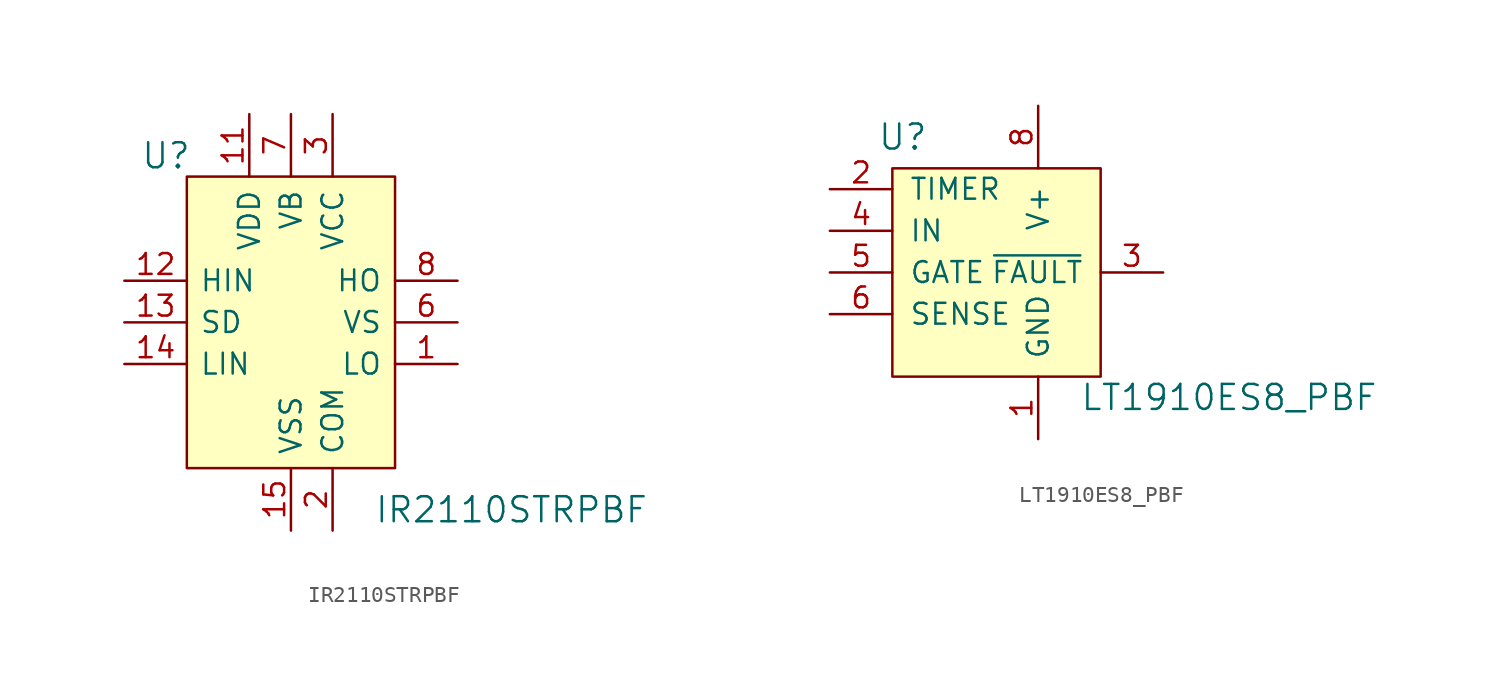
<source format=kicad_sym>
(kicad_symbol_lib
  (version 20220914)
  (generator kicad_symbol_editor)
  (symbol "IR2110STRPBF"
    (pin_names
      (offset 0.762))
    (property "Reference" "U"
      (at -7.62 10.16 0)
      (effects (font (size 1.524 1.524))))
    (property "Value" "IR2110STRPBF"
      (at 5.08 -11.43 0)
      (effects (font (size 1.524 1.524)) (justify left)))
    (symbol "IR2110STRPBF_0_1"
      (rectangle (start -6.35 8.89) (end 6.35 -8.89) (stroke (width 0) (type solid)) (fill (type background))))
    (symbol "IR2110STRPBF_1_1"
      (pin output line (at 10.16 -2.54 180) (length 3.81) (name "LO" (effects (font (size 1.27 1.27)))) (number "1" (effects (font (size 1.27 1.27)))))
      (pin no_connect line (at -6.35 -7.62 0) (length 3.81) hide (name "NC" (effects (font (size 1.27 1.27)))) (number "10" (effects (font (size 1.27 1.27)))))
      (pin power_in line (at -2.54 12.7 270) (length 3.81) (name "VDD" (effects (font (size 1.27 1.27)))) (number "11" (effects (font (size 1.27 1.27)))))
      (pin input line (at -10.16 2.54 0) (length 3.81) (name "HIN" (effects (font (size 1.27 1.27)))) (number "12" (effects (font (size 1.27 1.27)))))
      (pin input line (at -10.16 0 0) (length 3.81) (name "SD" (effects (font (size 1.27 1.27)))) (number "13" (effects (font (size 1.27 1.27)))))
      (pin input line (at -10.16 -2.54 0) (length 3.81) (name "LIN" (effects (font (size 1.27 1.27)))) (number "14" (effects (font (size 1.27 1.27)))))
      (pin power_in line (at 0 -12.7 90) (length 3.81) (name "VSS" (effects (font (size 1.27 1.27)))) (number "15" (effects (font (size 1.27 1.27)))))
      (pin no_connect line (at -6.35 -8.89 0) (length 3.81) hide (name "NC" (effects (font (size 1.27 1.27)))) (number "16" (effects (font (size 1.27 1.27)))))
      (pin power_in line (at 2.54 -12.7 90) (length 3.81) (name "COM" (effects (font (size 1.27 1.27)))) (number "2" (effects (font (size 1.27 1.27)))))
      (pin power_in line (at 2.54 12.7 270) (length 3.81) (name "VCC" (effects (font (size 1.27 1.27)))) (number "3" (effects (font (size 1.27 1.27)))))
      (pin no_connect line (at -6.35 -3.81 0) (length 3.81) hide (name "NC" (effects (font (size 1.27 1.27)))) (number "4" (effects (font (size 1.27 1.27)))))
      (pin no_connect line (at -6.35 -5.08 0) (length 3.81) hide (name "NC" (effects (font (size 1.27 1.27)))) (number "5" (effects (font (size 1.27 1.27)))))
      (pin power_in line (at 10.16 0 180) (length 3.81) (name "VS" (effects (font (size 1.27 1.27)))) (number "6" (effects (font (size 1.27 1.27)))))
      (pin power_in line (at 0 12.7 270) (length 3.81) (name "VB" (effects (font (size 1.27 1.27)))) (number "7" (effects (font (size 1.27 1.27)))))
      (pin output line (at 10.16 2.54 180) (length 3.81) (name "HO" (effects (font (size 1.27 1.27)))) (number "8" (effects (font (size 1.27 1.27)))))
      (pin no_connect line (at -6.35 -6.35 0) (length 3.81) hide (name "NC" (effects (font (size 1.27 1.27)))) (number "9" (effects (font (size 1.27 1.27)))))))
  (symbol "LT1910ES8_PBF"
    (pin_names
      (offset 1.016))
    (property "Reference" "U"
      (at -5.715 5.715 0)
      (effects (font (size 1.524 1.524))))
    (property "Value" "LT1910ES8_PBF"
      (at 5.08 -10.16 0)
      (effects (font (size 1.524 1.524)) (justify left)))
    (symbol "LT1910ES8_PBF_0_1"
      (rectangle (start -6.35 3.81) (end 6.35 -8.89) (stroke (width 0) (type solid)) (fill (type background))))
    (symbol "LT1910ES8_PBF_1_1"
      (pin power_in line (at 2.54 -12.7 90) (length 3.81) (name "GND" (effects (font (size 1.27 1.27)))) (number "1" (effects (font (size 1.27 1.27)))))
      (pin passive line (at -10.16 2.54 0) (length 3.81) (name "TIMER" (effects (font (size 1.27 1.27)))) (number "2" (effects (font (size 1.27 1.27)))))
      (pin output line (at 10.16 -2.54 180) (length 3.81) (name "~{FAULT}" (effects (font (size 1.27 1.27)))) (number "3" (effects (font (size 1.27 1.27)))))
      (pin input line (at -10.16 0 0) (length 3.81) (name "IN" (effects (font (size 1.27 1.27)))) (number "4" (effects (font (size 1.27 1.27)))))
      (pin input line (at -10.16 -2.54 0) (length 3.81) (name "GATE" (effects (font (size 1.27 1.27)))) (number "5" (effects (font (size 1.27 1.27)))))
      (pin input line (at -10.16 -5.08 0) (length 3.81) (name "SENSE" (effects (font (size 1.27 1.27)))) (number "6" (effects (font (size 1.27 1.27)))))
      (pin no_connect line (at -6.35 -7.62 0) (length 3.81) hide (name "NC" (effects (font (size 1.27 1.27)))) (number "7" (effects (font (size 1.27 1.27)))))
      (pin power_in line (at 2.54 7.62 270) (length 3.81) (name "V+" (effects (font (size 1.27 1.27)))) (number "8" (effects (font (size 1.27 1.27))))))))
</source>
